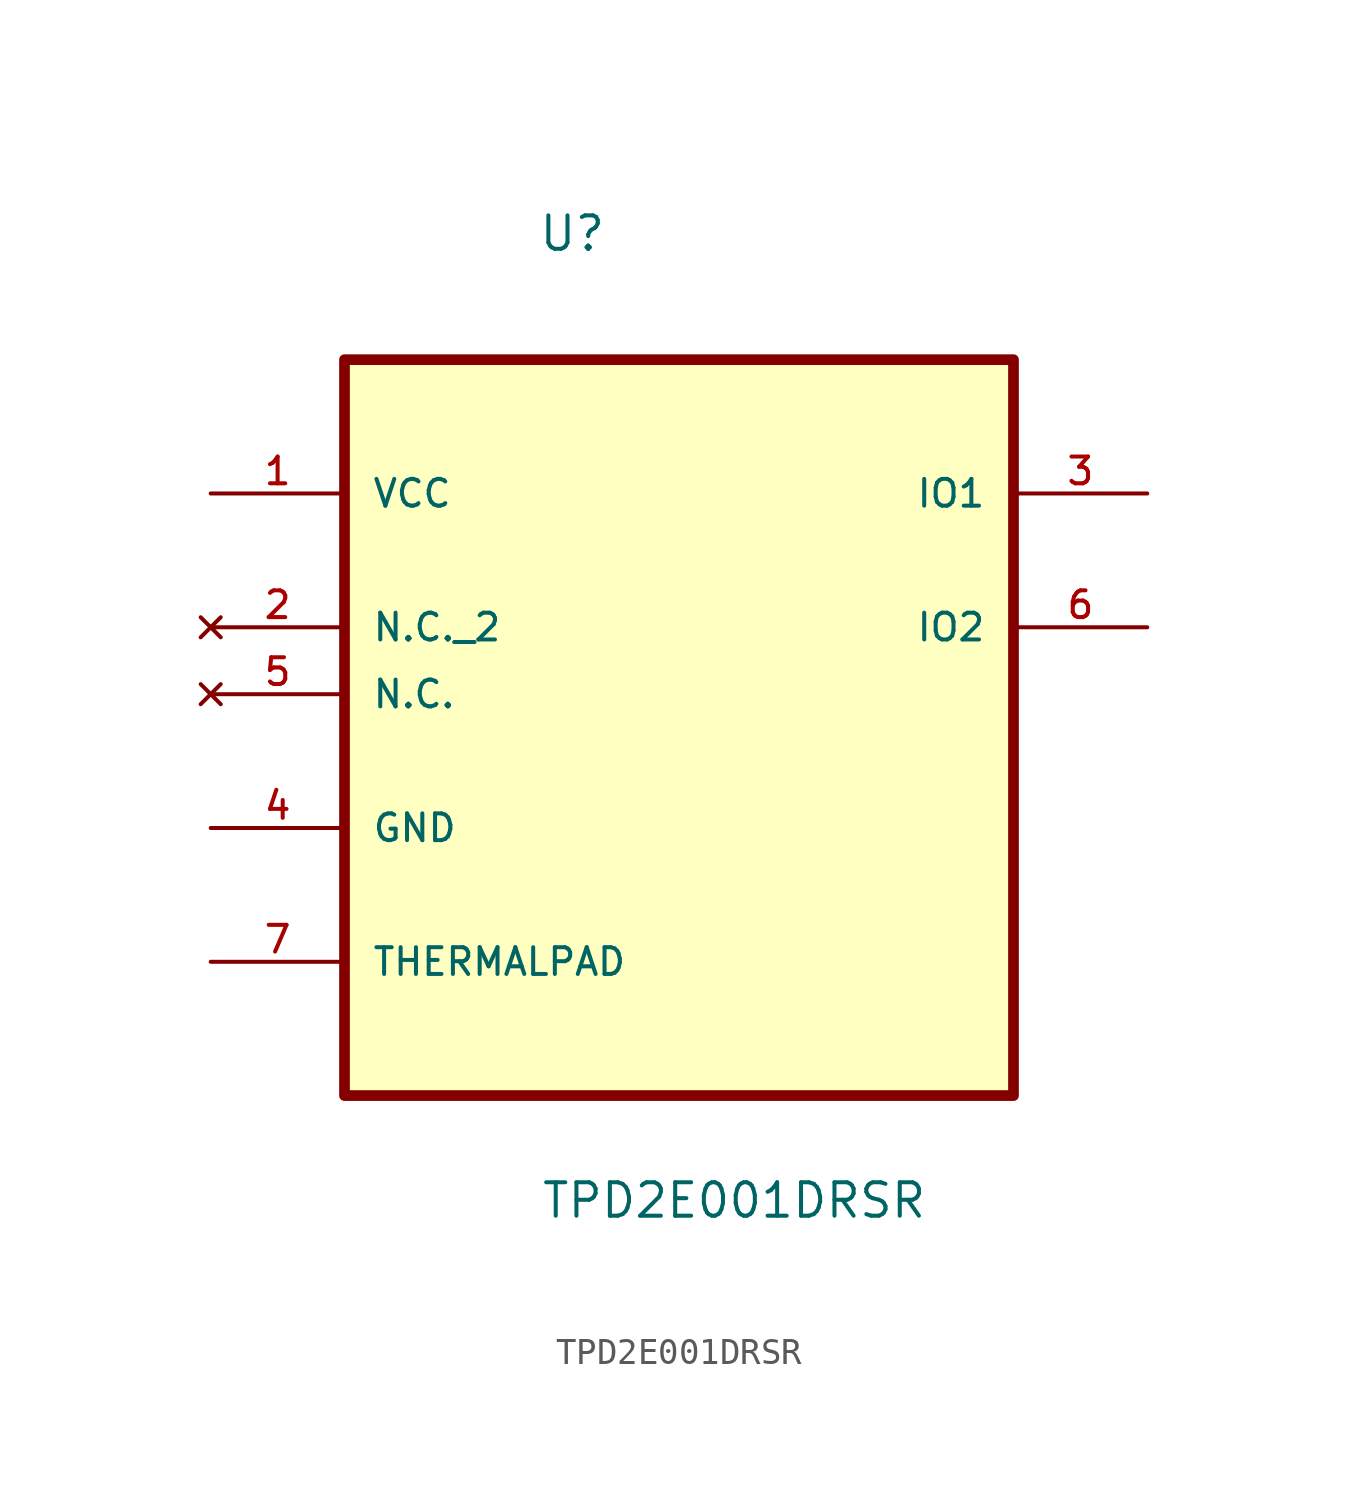
<source format=kicad_sym>
(kicad_symbol_lib
  (version 20211014)
  (generator kicad_symbol_editor)
  (symbol "TPD2E001DRSR"
    (pin_names
      (offset 1.016))
    (property "Reference" "U"
      (at -5.362 14.206 0.0)
      (effects (font (size 1.27 1.27)) (justify bottom left)))
    (property "Value" "TPD2E001DRSR"
      (at -5.264 -22.504 0.0)
      (effects (font (size 1.27 1.27)) (justify bottom left)))
    (symbol "TPD2E001DRSR_0_0"
      (rectangle (start -12.7 -17.78) (end 12.7 10.16) (stroke (width 0.406)) (fill (type background)))
      (pin power_in line (at -17.78 5.08 0) (length 5.08) (name "VCC" (effects (font (size 1.016 1.016)))) (number "1" (effects (font (size 1.016 1.016)))))
      (pin no_connect line (at -17.78 0.0 0) (length 5.08) (name "N.C._2" (effects (font (size 1.016 1.016)))) (number "2" (effects (font (size 1.016 1.016)))))
      (pin no_connect line (at -17.78 -2.54 0) (length 5.08) (name "N.C." (effects (font (size 1.016 1.016)))) (number "5" (effects (font (size 1.016 1.016)))))
      (pin passive line (at -17.78 -7.62 0) (length 5.08) (name "GND" (effects (font (size 1.016 1.016)))) (number "4" (effects (font (size 1.016 1.016)))))
      (pin passive line (at -17.78 -12.7 0) (length 5.08) (name "THERMALPAD" (effects (font (size 1.016 1.016)))) (number "7" (effects (font (size 1.016 1.016)))))
      (pin output line (at 17.78 5.08 180.0) (length 5.08) (name "IO1" (effects (font (size 1.016 1.016)))) (number "3" (effects (font (size 1.016 1.016)))))
      (pin output line (at 17.78 0.0 180.0) (length 5.08) (name "IO2" (effects (font (size 1.016 1.016)))) (number "6" (effects (font (size 1.016 1.016))))))))
</source>
